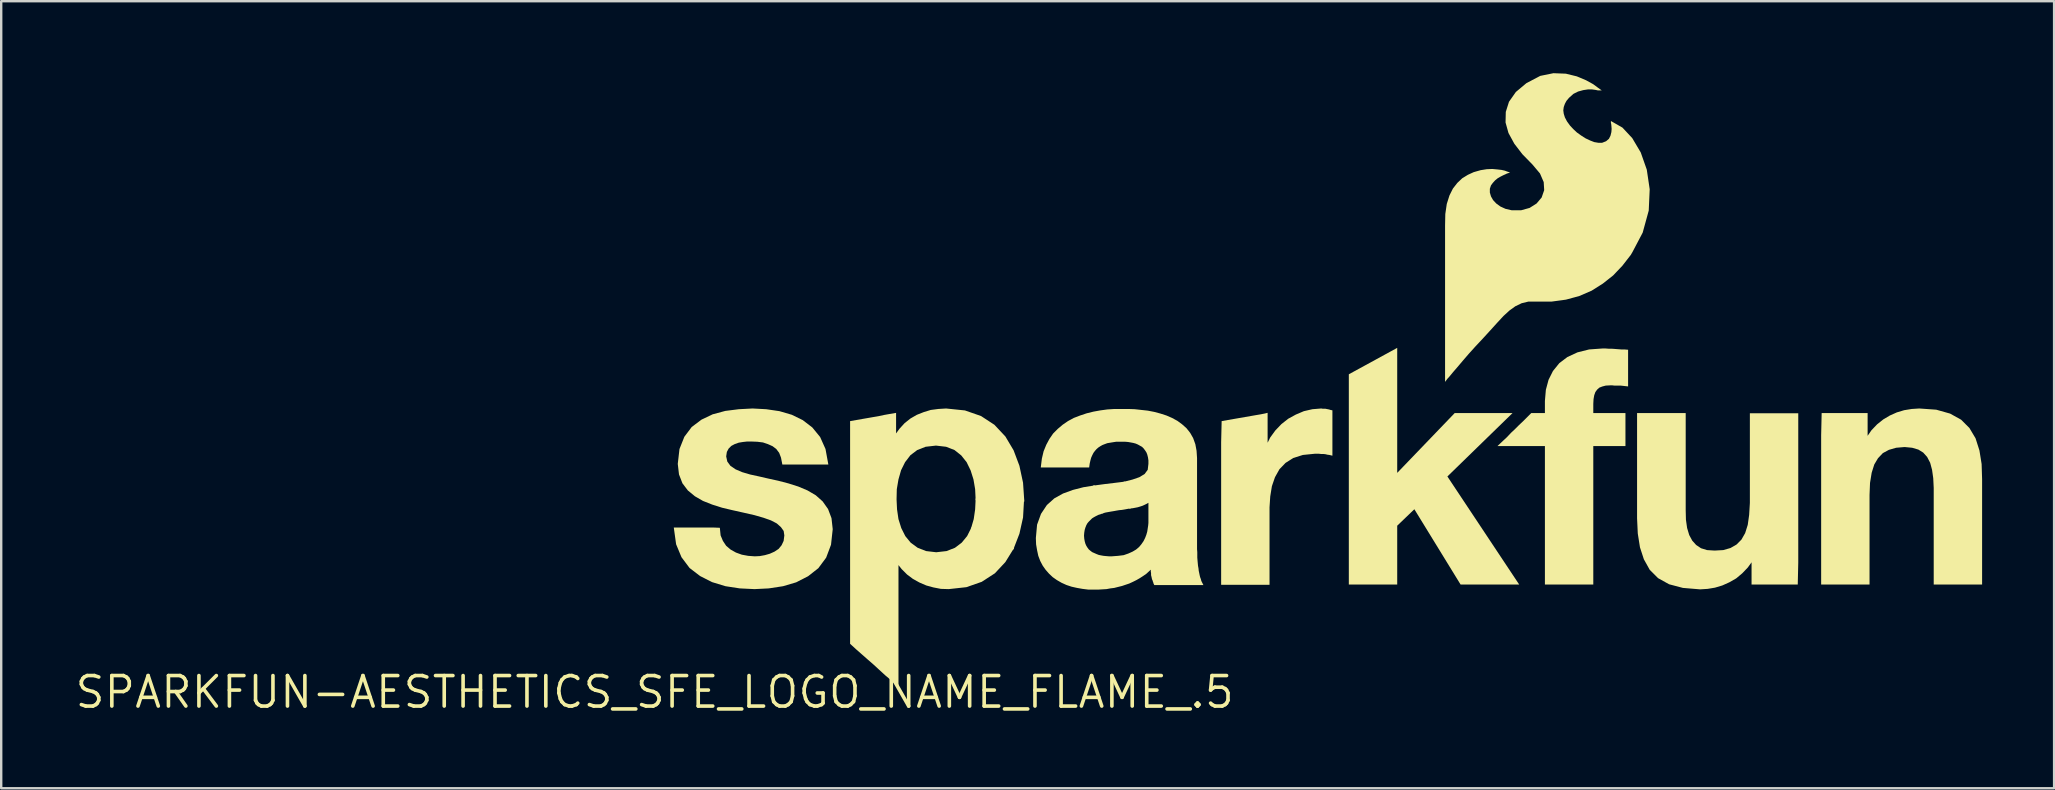
<source format=kicad_pcb>
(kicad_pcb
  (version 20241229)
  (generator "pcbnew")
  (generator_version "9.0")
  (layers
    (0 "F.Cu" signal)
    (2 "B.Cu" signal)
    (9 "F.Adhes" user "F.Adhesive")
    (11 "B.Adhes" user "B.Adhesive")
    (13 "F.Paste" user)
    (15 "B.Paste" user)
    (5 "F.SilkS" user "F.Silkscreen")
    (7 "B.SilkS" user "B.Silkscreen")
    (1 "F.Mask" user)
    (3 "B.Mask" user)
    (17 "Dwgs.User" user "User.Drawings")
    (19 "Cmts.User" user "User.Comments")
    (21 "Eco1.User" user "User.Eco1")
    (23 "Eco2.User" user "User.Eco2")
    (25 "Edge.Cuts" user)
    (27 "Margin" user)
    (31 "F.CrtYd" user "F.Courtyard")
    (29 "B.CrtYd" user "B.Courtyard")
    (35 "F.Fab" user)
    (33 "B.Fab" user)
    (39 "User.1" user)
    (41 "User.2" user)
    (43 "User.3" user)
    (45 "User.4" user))
  (footprint "SPARKFUN-AESTHETICS_SFE_LOGO_NAME_FLAME_.5"
    (layer "F.Cu")
    (at 24.228 25.788)
    (property "Reference" "SPARKFUN-AESTHETICS_SFE_LOGO_NAME_FLAME_.5" (at 0 0 0) (layer "F.SilkS") (effects (font (size 1.27 1.27) (thickness 0.15))))
    (fp_poly (pts (xy 15.39 -8.017) (xy 15.348 -7.275) (xy 15.197 -6.599) (xy 14.941 -5.938) (xy 13.174 -6.8) (xy 13.293 -7.208) (xy 13.352 -7.614) (xy 13.374 -8.069)) (stroke (width 0) (type default)) (fill yes) (layer "F.SilkS"))
    (fp_poly (pts (xy 30.938 -9.135) (xy 33.334 -11.628) (xy 35.744 -11.628) (xy 33.029 -8.985) (xy 36.021 -4.482) (xy 33.579 -4.482) (xy 31.652 -7.62) (xy 30.938 -6.934) (xy 30.938 -4.482) (xy 28.922 -4.482) (xy 28.922 -13.243) (xy 30.938 -14.344)) (stroke (width 0) (type default)) (fill yes) (layer "F.SilkS"))
    (fp_poly (pts (xy 19.846 -7.66) (xy 19.697 -7.633) (xy 19.587 -7.612) (xy 19.465 -7.592) (xy 19.355 -7.582) (xy 19.236 -7.562) (xy 19.127 -7.542) (xy 19.006 -7.522) (xy 18.897 -7.503) (xy 18.788 -7.483) (xy 18.645 -7.444) (xy 18.259 -8.602) (xy 18.745 -8.668) (xy 19.165 -8.718) (xy 19.6 -8.772)) (stroke (width 0) (type default)) (fill yes) (layer "F.SilkS"))
    (fp_poly (pts (xy 27.833 -11.808) (xy 27.944 -11.808) (xy 27.997 -11.797) (xy 28.047 -11.787) (xy 28.1 -11.777) (xy 28.16 -11.757) (xy 28.238 -11.741) (xy 28.238 -9.851) (xy 28.113 -9.882) (xy 28.033 -9.892) (xy 27.953 -9.912) (xy 27.868 -9.922) (xy 27.768 -9.922) (xy 27.678 -9.932) (xy 27.502 -9.932) (xy 27.008 -9.882) (xy 26.606 -9.755) (xy 26.284 -9.55) (xy 26.031 -9.287) (xy 25.845 -8.954) (xy 25.717 -8.581) (xy 25.648 -8.156) (xy 25.618 -7.699) (xy 25.618 -4.472) (xy 23.602 -4.472) (xy 23.602 -10.41) (xy 23.623 -11.292) (xy 23.883 -11.338) (xy 25.033 -11.538) (xy 25.263 -11.577) (xy 25.538 -11.637) (xy 25.538 -10.391) (xy 25.647 -10.61) (xy 25.861 -10.904) (xy 26.114 -11.168) (xy 26.399 -11.392) (xy 26.713 -11.564) (xy 27.048 -11.706) (xy 27.404 -11.788) (xy 27.772 -11.818)) (stroke (width 0) (type default)) (fill yes) (layer "F.SilkS"))
    (fp_poly (pts (xy 42.958 -7.59) (xy 42.968 -7.183) (xy 43.017 -6.838) (xy 43.105 -6.545) (xy 43.231 -6.312) (xy 43.395 -6.129) (xy 43.597 -5.995) (xy 43.847 -5.918) (xy 44.16 -5.898) (xy 44.524 -5.918) (xy 44.825 -6.005) (xy 45.077 -6.15) (xy 45.279 -6.353) (xy 45.435 -6.625) (xy 45.543 -6.968) (xy 45.602 -7.384) (xy 45.632 -7.881) (xy 45.632 -11.618) (xy 47.648 -11.618) (xy 47.648 -5.4) (xy 47.627 -4.482) (xy 45.702 -4.482) (xy 45.702 -5.409) (xy 45.549 -5.196) (xy 45.316 -4.952) (xy 45.062 -4.739) (xy 44.777 -4.576) (xy 44.483 -4.444) (xy 44.179 -4.353) (xy 43.874 -4.302) (xy 43.56 -4.282) (xy 42.843 -4.342) (xy 42.266 -4.494) (xy 41.807 -4.749) (xy 41.459 -5.097) (xy 41.215 -5.535) (xy 41.053 -6.031) (xy 40.962 -6.606) (xy 40.932 -7.239) (xy 40.932 -11.628) (xy 42.958 -11.628)) (stroke (width 0) (type default)) (fill yes) (layer "F.SilkS"))
    (fp_poly (pts (xy 53.397 -11.768) (xy 53.975 -11.605) (xy 54.433 -11.351) (xy 54.78 -11.004) (xy 55.035 -10.576) (xy 55.197 -10.069) (xy 55.288 -9.504) (xy 55.308 -8.871) (xy 55.308 -4.482) (xy 53.292 -4.482) (xy 53.292 -8.509) (xy 53.272 -8.916) (xy 53.223 -9.262) (xy 53.144 -9.556) (xy 53.018 -9.798) (xy 52.855 -9.98) (xy 52.654 -10.105) (xy 52.393 -10.182) (xy 52.08 -10.212) (xy 51.727 -10.182) (xy 51.425 -10.095) (xy 51.173 -9.959) (xy 50.971 -9.747) (xy 50.815 -9.484) (xy 50.707 -9.141) (xy 50.638 -8.716) (xy 50.618 -8.219) (xy 50.618 -4.482) (xy 48.602 -4.482) (xy 48.602 -10.7) (xy 48.623 -11.628) (xy 50.538 -11.628) (xy 50.538 -10.679) (xy 50.7 -10.914) (xy 50.934 -11.158) (xy 51.188 -11.361) (xy 51.462 -11.524) (xy 51.757 -11.656) (xy 52.061 -11.747) (xy 52.376 -11.798) (xy 52.69 -11.818)) (stroke (width 0) (type default)) (fill yes) (layer "F.SilkS"))
    (fp_poly (pts (xy 39.751 -14.308) (xy 39.881 -14.308) (xy 40.013 -14.298) (xy 40.271 -14.278) (xy 40.402 -14.278) (xy 40.558 -14.265) (xy 40.558 -12.737) (xy 40.426 -12.752) (xy 40.248 -12.772) (xy 39.988 -12.772) (xy 39.898 -12.782) (xy 39.811 -12.782) (xy 39.626 -12.772) (xy 39.482 -12.734) (xy 39.36 -12.687) (xy 39.268 -12.604) (xy 39.194 -12.502) (xy 39.147 -12.37) (xy 39.118 -12.206) (xy 39.108 -12.009) (xy 39.108 -11.628) (xy 40.448 -11.628) (xy 40.448 -10.252) (xy 39.108 -10.252) (xy 39.108 -4.482) (xy 37.092 -4.482) (xy 37.092 -10.252) (xy 35.114 -10.252) (xy 35.354 -10.478) (xy 35.523 -10.637) (xy 35.683 -10.807) (xy 35.853 -10.967) (xy 36.013 -11.127) (xy 36.183 -11.287) (xy 36.524 -11.628) (xy 37.092 -11.628) (xy 37.092 -12.132) (xy 37.132 -12.597) (xy 37.244 -13.014) (xy 37.428 -13.381) (xy 37.693 -13.708) (xy 38.03 -13.963) (xy 38.447 -14.156) (xy 38.934 -14.278) (xy 39.489 -14.318) (xy 39.621 -14.318)) (stroke (width 0) (type default)) (fill yes) (layer "F.SilkS"))
    (fp_poly (pts (xy 12.928 -11.737) (xy 13.597 -11.504) (xy 14.155 -11.139) (xy 14.611 -10.653) (xy 14.954 -10.077) (xy 15.197 -9.431) (xy 15.348 -8.725) (xy 15.401 -7.941) (xy 13.374 -7.993) (xy 13.352 -8.456) (xy 13.283 -8.861) (xy 13.165 -9.236) (xy 12.998 -9.58) (xy 12.773 -9.863) (xy 12.491 -10.087) (xy 12.141 -10.223) (xy 11.72 -10.272) (xy 11.289 -10.223) (xy 10.939 -10.086) (xy 10.657 -9.873) (xy 10.432 -9.58) (xy 10.266 -9.246) (xy 10.157 -8.862) (xy 10.088 -8.456) (xy 10.078 -8.03) (xy 10.098 -7.614) (xy 10.157 -7.209) (xy 10.275 -6.834) (xy 10.442 -6.501) (xy 10.666 -6.228) (xy 10.958 -6.014) (xy 11.309 -5.877) (xy 11.73 -5.828) (xy 12.161 -5.877) (xy 12.511 -6.014) (xy 12.793 -6.228) (xy 13.018 -6.501) (xy 13.203 -6.871) (xy 14.975 -6.006) (xy 14.61 -5.417) (xy 14.175 -4.951) (xy 13.627 -4.596) (xy 12.988 -4.373) (xy 12.251 -4.292) (xy 11.926 -4.302) (xy 11.611 -4.363) (xy 11.317 -4.444) (xy 11.033 -4.566) (xy 10.759 -4.718) (xy 10.515 -4.901) (xy 10.291 -5.125) (xy 10.158 -5.293) (xy 10.158 -0.213) (xy 9.855 -0.491) (xy 9.605 -0.701) (xy 9.364 -0.922) (xy 9.125 -1.142) (xy 8.885 -1.351) (xy 8.635 -1.571) (xy 8.395 -1.782) (xy 8.142 -2.013) (xy 8.142 -11.292) (xy 8.403 -11.338) (xy 9.093 -11.458) (xy 9.323 -11.497) (xy 9.553 -11.547) (xy 9.783 -11.588) (xy 10.058 -11.635) (xy 10.058 -10.779) (xy 10.2 -10.974) (xy 10.414 -11.208) (xy 10.659 -11.402) (xy 10.923 -11.554) (xy 11.207 -11.666) (xy 11.502 -11.757) (xy 11.816 -11.798) (xy 12.141 -11.818)) (stroke (width 0) (type default)) (fill yes) (layer "F.SilkS"))
    (fp_poly (pts (xy 4.644 -11.788) (xy 5.198 -11.707) (xy 5.714 -11.556) (xy 6.17 -11.333) (xy 6.567 -11.028) (xy 6.893 -10.63) (xy 7.117 -10.131) (xy 7.236 -9.482) (xy 5.319 -9.482) (xy 5.263 -9.77) (xy 5.186 -9.971) (xy 5.063 -10.133) (xy 4.911 -10.247) (xy 4.716 -10.334) (xy 4.512 -10.403) (xy 4.277 -10.432) (xy 4.019 -10.442) (xy 3.852 -10.442) (xy 3.675 -10.422) (xy 3.5 -10.393) (xy 3.335 -10.335) (xy 3.193 -10.259) (xy 3.081 -10.147) (xy 3.007 -10.008) (xy 2.979 -9.821) (xy 3.026 -9.606) (xy 3.157 -9.428) (xy 3.368 -9.284) (xy 3.643 -9.166) (xy 3.979 -9.067) (xy 4.348 -8.987) (xy 4.738 -8.897) (xy 5.149 -8.807) (xy 5.571 -8.697) (xy 5.983 -8.566) (xy 6.367 -8.404) (xy 6.713 -8.201) (xy 6.999 -7.946) (xy 7.224 -7.628) (xy 7.367 -7.249) (xy 7.418 -6.79) (xy 7.347 -6.141) (xy 7.144 -5.602) (xy 6.818 -5.163) (xy 6.391 -4.828) (xy 5.894 -4.574) (xy 5.348 -4.413) (xy 4.754 -4.322) (xy 4.16 -4.292) (xy 3.546 -4.322) (xy 2.952 -4.413) (xy 2.386 -4.585) (xy 1.89 -4.838) (xy 1.453 -5.173) (xy 1.117 -5.621) (xy 0.893 -6.16) (xy 0.796 -6.858) (xy 2.451 -6.858) (xy 2.715 -6.847) (xy 2.747 -6.529) (xy 2.844 -6.298) (xy 2.979 -6.096) (xy 3.162 -5.941) (xy 3.386 -5.815) (xy 3.63 -5.727) (xy 3.895 -5.678) (xy 4.17 -5.658) (xy 4.376 -5.668) (xy 4.591 -5.707) (xy 4.797 -5.766) (xy 4.991 -5.853) (xy 5.164 -5.968) (xy 5.288 -6.12) (xy 5.373 -6.301) (xy 5.402 -6.53) (xy 5.374 -6.715) (xy 5.261 -6.874) (xy 5.088 -7.028) (xy 4.845 -7.155) (xy 4.538 -7.264) (xy 4.16 -7.373) (xy 3.722 -7.473) (xy 3.231 -7.583) (xy 2.81 -7.683) (xy 2.397 -7.814) (xy 2.013 -7.966) (xy 1.678 -8.159) (xy 1.382 -8.403) (xy 1.156 -8.701) (xy 1.013 -9.071) (xy 0.962 -9.51) (xy 1.033 -10.129) (xy 1.236 -10.639) (xy 1.543 -11.047) (xy 1.95 -11.353) (xy 2.417 -11.576) (xy 2.943 -11.717) (xy 3.507 -11.788) (xy 4.08 -11.818)) (stroke (width 0) (type default)) (fill yes) (layer "F.SilkS"))
    (fp_poly (pts (xy 37.965 -25.768) (xy 38.422 -25.656) (xy 38.807 -25.494) (xy 39.101 -25.332) (xy 39.292 -25.191) (xy 39.459 -25.072) (xy 39.296 -25.072) (xy 39.203 -25.092) (xy 39.057 -25.112) (xy 38.883 -25.112) (xy 38.688 -25.083) (xy 38.474 -25.024) (xy 38.282 -24.928) (xy 38.097 -24.763) (xy 37.992 -24.638) (xy 37.925 -24.514) (xy 37.877 -24.381) (xy 37.858 -24.24) (xy 37.877 -24.098) (xy 37.925 -23.945) (xy 38.012 -23.78) (xy 38.139 -23.604) (xy 38.277 -23.457) (xy 38.424 -23.319) (xy 38.601 -23.192) (xy 38.788 -23.073) (xy 38.975 -22.985) (xy 39.15 -22.917) (xy 39.323 -22.888) (xy 39.473 -22.888) (xy 39.64 -22.953) (xy 39.759 -23.054) (xy 39.824 -23.183) (xy 39.862 -23.336) (xy 39.872 -23.47) (xy 39.862 -23.596) (xy 39.853 -23.682) (xy 39.842 -23.714) (xy 39.842 -23.796) (xy 40.324 -23.52) (xy 40.731 -23.083) (xy 41.085 -22.486) (xy 41.337 -21.769) (xy 41.458 -20.952) (xy 41.418 -20.064) (xy 41.166 -19.146) (xy 40.743 -18.342) (xy 40.672 -18.219) (xy 40.319 -17.765) (xy 39.936 -17.362) (xy 39.502 -17.019) (xy 39.038 -16.726) (xy 38.523 -16.504) (xy 37.968 -16.353) (xy 37.373 -16.272) (xy 36.405 -16.272) (xy 36.123 -16.204) (xy 35.86 -16.077) (xy 35.614 -15.9) (xy 35.367 -15.673) (xy 35.108 -15.394) (xy 34.818 -15.074) (xy 34.498 -14.724) (xy 34.198 -14.404) (xy 33.919 -14.095) (xy 33.669 -13.805) (xy 33.449 -13.545) (xy 33.259 -13.325) (xy 33.119 -13.155) (xy 33.029 -13.056) (xy 32.932 -12.926) (xy 32.932 -19.44) (xy 32.942 -19.923) (xy 33.003 -20.339) (xy 33.115 -20.694) (xy 33.258 -20.98) (xy 33.442 -21.216) (xy 33.647 -21.41) (xy 33.882 -21.554) (xy 34.127 -21.666) (xy 34.412 -21.747) (xy 34.666 -21.788) (xy 34.901 -21.798) (xy 35.114 -21.778) (xy 35.287 -21.758) (xy 35.421 -21.727) (xy 35.503 -21.696) (xy 35.64 -21.65) (xy 35.505 -21.605) (xy 35.446 -21.576) (xy 35.356 -21.536) (xy 35.238 -21.476) (xy 35.122 -21.409) (xy 35.016 -21.322) (xy 34.92 -21.216) (xy 34.844 -21.112) (xy 34.798 -20.974) (xy 34.798 -20.815) (xy 34.845 -20.655) (xy 34.931 -20.503) (xy 35.065 -20.359) (xy 35.239 -20.233) (xy 35.452 -20.136) (xy 35.704 -20.078) (xy 36.105 -20.078) (xy 36.454 -20.175) (xy 36.745 -20.359) (xy 36.956 -20.609) (xy 37.062 -20.915) (xy 37.042 -21.251) (xy 36.887 -21.61) (xy 36.572 -21.984) (xy 36.151 -22.415) (xy 35.818 -22.849) (xy 35.574 -23.296) (xy 35.452 -23.735) (xy 35.462 -24.176) (xy 35.595 -24.597) (xy 35.882 -25.006) (xy 36.319 -25.372) (xy 36.897 -25.676) (xy 37.447 -25.788)) (stroke (width 0) (type default)) (fill yes) (layer "F.SilkS"))
    (fp_poly (pts (xy 20.003 -11.788) (xy 20.274 -11.758) (xy 20.546 -11.728) (xy 20.809 -11.677) (xy 21.071 -11.607) (xy 21.323 -11.526) (xy 21.557 -11.424) (xy 21.781 -11.302) (xy 21.974 -11.16) (xy 22.158 -10.996) (xy 22.312 -10.801) (xy 22.435 -10.586) (xy 22.527 -10.33) (xy 22.578 -10.055) (xy 22.598 -9.751) (xy 22.598 -5.952) (xy 22.608 -5.832) (xy 22.608 -5.602) (xy 22.618 -5.483) (xy 22.628 -5.373) (xy 22.638 -5.265) (xy 22.658 -5.155) (xy 22.668 -5.056) (xy 22.687 -4.968) (xy 22.707 -4.868) (xy 22.726 -4.791) (xy 22.756 -4.711) (xy 22.776 -4.633) (xy 22.804 -4.577) (xy 22.862 -4.462) (xy 20.816 -4.462) (xy 20.784 -4.527) (xy 20.774 -4.568) (xy 20.754 -4.618) (xy 20.744 -4.657) (xy 20.724 -4.697) (xy 20.713 -4.742) (xy 20.703 -4.792) (xy 20.693 -4.831) (xy 20.682 -4.875) (xy 20.682 -4.965) (xy 20.672 -5.005) (xy 20.672 -5.095) (xy 20.67 -5.101) (xy 20.606 -5.042) (xy 20.484 -4.93) (xy 20.351 -4.838) (xy 20.21 -4.747) (xy 20.068 -4.666) (xy 19.927 -4.596) (xy 19.774 -4.525) (xy 19.622 -4.474) (xy 19.471 -4.423) (xy 19.309 -4.383) (xy 19.147 -4.342) (xy 18.986 -4.322) (xy 18.825 -4.292) (xy 18.652 -4.282) (xy 18.652 -4.282) (xy 18.491 -4.272) (xy 18.068 -4.272) (xy 17.824 -4.302) (xy 17.593 -4.343) (xy 17.37 -4.393) (xy 17.156 -4.464) (xy 16.953 -4.556) (xy 16.759 -4.668) (xy 16.586 -4.79) (xy 16.433 -4.933) (xy 16.29 -5.096) (xy 16.167 -5.27) (xy 16.065 -5.464) (xy 15.983 -5.679) (xy 15.933 -5.913) (xy 15.892 -6.156) (xy 15.882 -6.421) (xy 15.933 -6.978) (xy 16.096 -7.427) (xy 16.341 -7.795) (xy 16.648 -8.071) (xy 17.014 -8.275) (xy 17.429 -8.426) (xy 17.862 -8.537) (xy 18.336 -8.613) (xy 18.718 -7.468) (xy 18.583 -7.414) (xy 18.484 -7.384) (xy 18.388 -7.336) (xy 18.299 -7.287) (xy 18.224 -7.24) (xy 18.088 -7.104) (xy 18.031 -7.038) (xy 17.984 -6.954) (xy 17.946 -6.857) (xy 17.917 -6.761) (xy 17.898 -6.645) (xy 17.888 -6.52) (xy 17.898 -6.395) (xy 17.917 -6.288) (xy 17.946 -6.183) (xy 17.984 -6.098) (xy 18.031 -6.022) (xy 18.088 -5.946) (xy 18.154 -5.89) (xy 18.229 -5.833) (xy 18.315 -5.795) (xy 18.405 -5.755) (xy 18.501 -5.717) (xy 18.597 -5.697) (xy 18.705 -5.678) (xy 18.813 -5.668) (xy 18.932 -5.658) (xy 19.039 -5.658) (xy 19.306 -5.678) (xy 19.541 -5.707) (xy 19.736 -5.775) (xy 19.912 -5.854) (xy 20.058 -5.941) (xy 20.183 -6.047) (xy 20.28 -6.163) (xy 20.367 -6.289) (xy 20.435 -6.425) (xy 20.484 -6.552) (xy 20.523 -6.688) (xy 20.542 -6.816) (xy 20.562 -6.945) (xy 20.572 -7.052) (xy 20.572 -7.889) (xy 20.572 -7.889) (xy 20.498 -7.846) (xy 20.416 -7.806) (xy 20.324 -7.764) (xy 20.232 -7.734) (xy 20.129 -7.703) (xy 20.027 -7.683) (xy 19.915 -7.662) (xy 19.77 -7.649) (xy 19.525 -8.758) (xy 19.909 -8.857) (xy 20.194 -8.955) (xy 20.414 -9.089) (xy 20.543 -9.264) (xy 20.572 -9.512) (xy 20.572 -9.657) (xy 20.553 -9.782) (xy 20.524 -9.898) (xy 20.486 -9.992) (xy 20.429 -10.078) (xy 20.371 -10.155) (xy 20.307 -10.219) (xy 20.221 -10.267) (xy 20.133 -10.316) (xy 20.047 -10.354) (xy 19.942 -10.383) (xy 19.833 -10.403) (xy 19.725 -10.422) (xy 19.608 -10.432) (xy 19.223 -10.432) (xy 19.096 -10.412) (xy 18.86 -10.373) (xy 18.754 -10.334) (xy 18.656 -10.296) (xy 18.57 -10.247) (xy 18.483 -10.19) (xy 18.407 -10.123) (xy 18.34 -10.046) (xy 18.283 -9.97) (xy 18.234 -9.874) (xy 18.186 -9.767) (xy 18.157 -9.661) (xy 18.127 -9.533) (xy 18.103 -9.362) (xy 16.087 -9.362) (xy 16.132 -9.727) (xy 16.204 -10.032) (xy 16.316 -10.306) (xy 16.447 -10.55) (xy 16.601 -10.774) (xy 16.794 -10.968) (xy 16.997 -11.14) (xy 17.22 -11.293) (xy 17.464 -11.425) (xy 17.727 -11.526) (xy 17.999 -11.617) (xy 18.282 -11.687) (xy 18.564 -11.738) (xy 18.856 -11.778) (xy 19.159 -11.798) (xy 19.731 -11.798)) (stroke (width 0) (type default)) (fill yes) (layer "F.SilkS")))
  (gr_rect
    (start -3 -3)
    (end 82.536 29.794)
    (stroke (width 0.1) (type default))
    (fill no)
    (layer "Edge.Cuts")))
</source>
